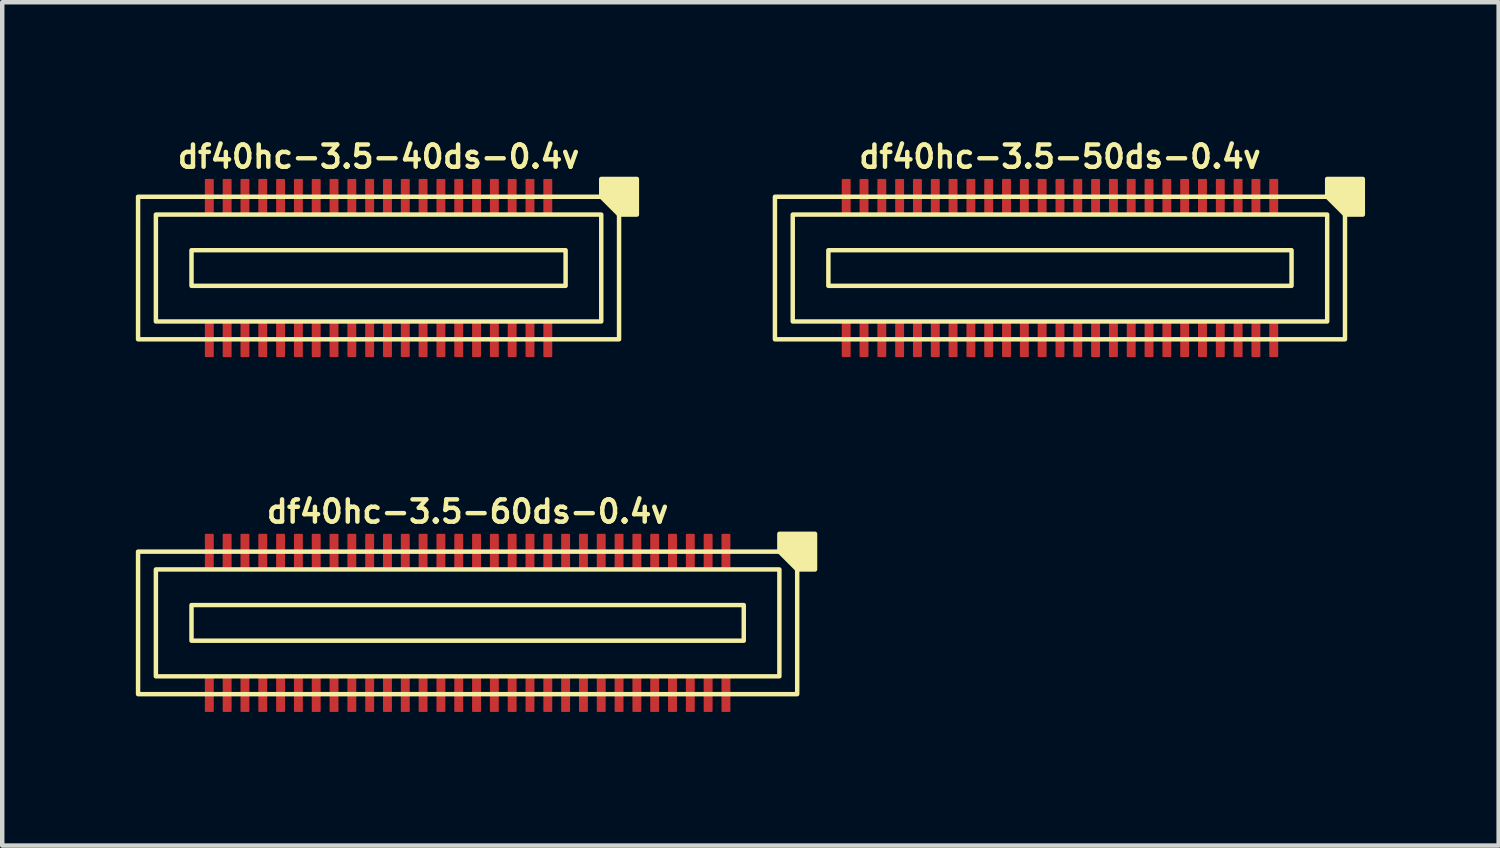
<source format=kicad_pcb>
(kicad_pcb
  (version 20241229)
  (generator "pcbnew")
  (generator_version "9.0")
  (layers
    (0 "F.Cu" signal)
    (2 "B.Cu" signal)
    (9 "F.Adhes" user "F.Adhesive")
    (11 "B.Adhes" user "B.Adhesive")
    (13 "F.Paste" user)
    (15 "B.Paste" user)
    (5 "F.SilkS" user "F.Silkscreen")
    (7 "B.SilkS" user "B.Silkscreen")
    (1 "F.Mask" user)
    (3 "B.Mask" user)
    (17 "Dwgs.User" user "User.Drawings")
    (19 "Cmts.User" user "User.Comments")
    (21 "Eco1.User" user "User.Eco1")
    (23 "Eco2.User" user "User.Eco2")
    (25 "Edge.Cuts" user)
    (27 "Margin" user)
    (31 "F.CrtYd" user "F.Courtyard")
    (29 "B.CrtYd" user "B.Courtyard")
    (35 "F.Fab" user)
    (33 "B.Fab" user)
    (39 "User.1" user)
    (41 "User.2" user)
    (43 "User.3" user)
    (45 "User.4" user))
  (footprint "df40hc-3.5-40ds-0.4v"
    (layer "F.Cu")
    (at 5.45 2.968)
    (property "Reference" "df40hc-3.5-40ds-0.4v" (at 0 -2.5 180) (layer "F.SilkS") (effects (font (size 0.5 0.5) (thickness 0.1))))
    (attr smd)
    (fp_rect (start -4.2 -0.4) (end 4.2 0.4) (stroke (width 0.1) (type default)) (fill no) (layer "F.SilkS"))
    (fp_rect (start 5 -1.2) (end -5 1.2) (stroke (width 0.1) (type default)) (fill no) (layer "F.SilkS"))
    (fp_rect (start 5.4 -1.6) (end -5.4 1.6) (stroke (width 0.1) (type default)) (fill no) (layer "F.SilkS"))
    (fp_poly (pts (xy 5 -1.6) (xy 5 -2) (xy 5.8 -2) (xy 5.8 -1.2) (xy 5.4 -1.2)) (stroke (width 0.1) (type solid)) (fill yes) (layer "F.SilkS"))
    (fp_poly (pts (xy -3.9 -1.2) (xy 3.9 -1.2) (xy 3.9 -0.7) (xy -3.9 -0.7)) (stroke (width 0.001) (type solid)) (fill no) (layer "Dwgs.User"))
    (fp_poly (pts (xy -3.9 0.7) (xy 3.9 0.7) (xy 3.9 1.2) (xy -3.9 1.2)) (stroke (width 0.001) (type solid)) (fill no) (layer "Dwgs.User"))
    (pad "1" smd roundrect (at 3.8 -1.6) (size 0.2 0.8) (layers "F.Cu" "F.Mask" "F.Paste") (roundrect_rratio 0.1))
    (pad "2" smd roundrect (at 3.8 1.6) (size 0.2 0.8) (layers "F.Cu" "F.Mask" "F.Paste") (roundrect_rratio 0.1))
    (pad "3" smd roundrect (at 3.4 -1.6) (size 0.2 0.8) (layers "F.Cu" "F.Mask" "F.Paste") (roundrect_rratio 0.1))
    (pad "4" smd roundrect (at 3.4 1.6) (size 0.2 0.8) (layers "F.Cu" "F.Mask" "F.Paste") (roundrect_rratio 0.1))
    (pad "5" smd roundrect (at 3 -1.6) (size 0.2 0.8) (layers "F.Cu" "F.Mask" "F.Paste") (roundrect_rratio 0.1))
    (pad "6" smd roundrect (at 3 1.6) (size 0.2 0.8) (layers "F.Cu" "F.Mask" "F.Paste") (roundrect_rratio 0.1))
    (pad "7" smd roundrect (at 2.6 -1.6) (size 0.2 0.8) (layers "F.Cu" "F.Mask" "F.Paste") (roundrect_rratio 0.1))
    (pad "8" smd roundrect (at 2.6 1.6) (size 0.2 0.8) (layers "F.Cu" "F.Mask" "F.Paste") (roundrect_rratio 0.1))
    (pad "9" smd roundrect (at 2.2 -1.6) (size 0.2 0.8) (layers "F.Cu" "F.Mask" "F.Paste") (roundrect_rratio 0.1))
    (pad "10" smd roundrect (at 2.2 1.6) (size 0.2 0.8) (layers "F.Cu" "F.Mask" "F.Paste") (roundrect_rratio 0.1))
    (pad "11" smd roundrect (at 1.8 -1.6) (size 0.2 0.8) (layers "F.Cu" "F.Mask" "F.Paste") (roundrect_rratio 0.1))
    (pad "12" smd roundrect (at 1.8 1.6) (size 0.2 0.8) (layers "F.Cu" "F.Mask" "F.Paste") (roundrect_rratio 0.1))
    (pad "13" smd roundrect (at 1.4 -1.6) (size 0.2 0.8) (layers "F.Cu" "F.Mask" "F.Paste") (roundrect_rratio 0.1))
    (pad "14" smd roundrect (at 1.4 1.6) (size 0.2 0.8) (layers "F.Cu" "F.Mask" "F.Paste") (roundrect_rratio 0.1))
    (pad "15" smd roundrect (at 1 -1.6) (size 0.2 0.8) (layers "F.Cu" "F.Mask" "F.Paste") (roundrect_rratio 0.1))
    (pad "16" smd roundrect (at 1 1.6) (size 0.2 0.8) (layers "F.Cu" "F.Mask" "F.Paste") (roundrect_rratio 0.1))
    (pad "17" smd roundrect (at 0.6 -1.6) (size 0.2 0.8) (layers "F.Cu" "F.Mask" "F.Paste") (roundrect_rratio 0.1))
    (pad "18" smd roundrect (at 0.6 1.6) (size 0.2 0.8) (layers "F.Cu" "F.Mask" "F.Paste") (roundrect_rratio 0.1))
    (pad "19" smd roundrect (at 0.2 -1.6) (size 0.2 0.8) (layers "F.Cu" "F.Mask" "F.Paste") (roundrect_rratio 0.1))
    (pad "20" smd roundrect (at 0.2 1.6) (size 0.2 0.8) (layers "F.Cu" "F.Mask" "F.Paste") (roundrect_rratio 0.1))
    (pad "21" smd roundrect (at -0.2 -1.6) (size 0.2 0.8) (layers "F.Cu" "F.Mask" "F.Paste") (roundrect_rratio 0.1))
    (pad "22" smd roundrect (at -0.2 1.6) (size 0.2 0.8) (layers "F.Cu" "F.Mask" "F.Paste") (roundrect_rratio 0.1))
    (pad "23" smd roundrect (at -0.6 -1.6) (size 0.2 0.8) (layers "F.Cu" "F.Mask" "F.Paste") (roundrect_rratio 0.1))
    (pad "24" smd roundrect (at -0.6 1.6) (size 0.2 0.8) (layers "F.Cu" "F.Mask" "F.Paste") (roundrect_rratio 0.1))
    (pad "25" smd roundrect (at -1 -1.6) (size 0.2 0.8) (layers "F.Cu" "F.Mask" "F.Paste") (roundrect_rratio 0.1))
    (pad "26" smd roundrect (at -1 1.6) (size 0.2 0.8) (layers "F.Cu" "F.Mask" "F.Paste") (roundrect_rratio 0.1))
    (pad "27" smd roundrect (at -1.4 -1.6) (size 0.2 0.8) (layers "F.Cu" "F.Mask" "F.Paste") (roundrect_rratio 0.1))
    (pad "28" smd roundrect (at -1.4 1.6) (size 0.2 0.8) (layers "F.Cu" "F.Mask" "F.Paste") (roundrect_rratio 0.1))
    (pad "29" smd roundrect (at -1.8 -1.6) (size 0.2 0.8) (layers "F.Cu" "F.Mask" "F.Paste") (roundrect_rratio 0.1))
    (pad "30" smd roundrect (at -1.8 1.6) (size 0.2 0.8) (layers "F.Cu" "F.Mask" "F.Paste") (roundrect_rratio 0.1))
    (pad "31" smd roundrect (at -2.2 -1.6) (size 0.2 0.8) (layers "F.Cu" "F.Mask" "F.Paste") (roundrect_rratio 0.1))
    (pad "32" smd roundrect (at -2.2 1.6) (size 0.2 0.8) (layers "F.Cu" "F.Mask" "F.Paste") (roundrect_rratio 0.1))
    (pad "33" smd roundrect (at -2.6 -1.6) (size 0.2 0.8) (layers "F.Cu" "F.Mask" "F.Paste") (roundrect_rratio 0.1))
    (pad "34" smd roundrect (at -2.6 1.6) (size 0.2 0.8) (layers "F.Cu" "F.Mask" "F.Paste") (roundrect_rratio 0.1))
    (pad "35" smd roundrect (at -3 -1.6) (size 0.2 0.8) (layers "F.Cu" "F.Mask" "F.Paste") (roundrect_rratio 0.1))
    (pad "36" smd roundrect (at -3 1.6) (size 0.2 0.8) (layers "F.Cu" "F.Mask" "F.Paste") (roundrect_rratio 0.1))
    (pad "37" smd roundrect (at -3.4 -1.6) (size 0.2 0.8) (layers "F.Cu" "F.Mask" "F.Paste") (roundrect_rratio 0.1))
    (pad "38" smd roundrect (at -3.4 1.6) (size 0.2 0.8) (layers "F.Cu" "F.Mask" "F.Paste") (roundrect_rratio 0.1))
    (pad "39" smd roundrect (at -3.8 -1.6) (size 0.2 0.8) (layers "F.Cu" "F.Mask" "F.Paste") (roundrect_rratio 0.1))
    (pad "40" smd roundrect (at -3.8 1.6) (size 0.2 0.8) (layers "F.Cu" "F.Mask" "F.Paste") (roundrect_rratio 0.1)))
  (footprint "df40hc-3.5-60ds-0.4v"
    (layer "F.Cu")
    (at 7.45 10.936)
    (property "Reference" "df40hc-3.5-60ds-0.4v" (at 0 -2.5 180) (layer "F.SilkS") (effects (font (size 0.5 0.5) (thickness 0.1))))
    (attr smd)
    (fp_rect (start -6.2 -0.4) (end 6.2 0.4) (stroke (width 0.1) (type default)) (fill no) (layer "F.SilkS"))
    (fp_rect (start 7 -1.2) (end -7 1.2) (stroke (width 0.1) (type default)) (fill no) (layer "F.SilkS"))
    (fp_rect (start 7.4 -1.6) (end -7.4 1.6) (stroke (width 0.1) (type default)) (fill no) (layer "F.SilkS"))
    (fp_poly (pts (xy 7 -1.6) (xy 7 -2) (xy 7.8 -2) (xy 7.8 -1.2) (xy 7.4 -1.2)) (stroke (width 0.1) (type solid)) (fill yes) (layer "F.SilkS"))
    (fp_poly (pts (xy -5.9 -1.2) (xy 5.9 -1.2) (xy 5.9 -0.7) (xy -5.9 -0.7)) (stroke (width 0.001) (type solid)) (fill no) (layer "Dwgs.User"))
    (fp_poly (pts (xy -5.9 0.7) (xy 5.9 0.7) (xy 5.9 1.2) (xy -5.9 1.2)) (stroke (width 0.001) (type solid)) (fill no) (layer "Dwgs.User"))
    (pad "1" smd roundrect (at 5.8 -1.6) (size 0.2 0.8) (layers "F.Cu" "F.Mask" "F.Paste") (roundrect_rratio 0.1))
    (pad "2" smd roundrect (at 5.8 1.6) (size 0.2 0.8) (layers "F.Cu" "F.Mask" "F.Paste") (roundrect_rratio 0.1))
    (pad "3" smd roundrect (at 5.4 -1.6) (size 0.2 0.8) (layers "F.Cu" "F.Mask" "F.Paste") (roundrect_rratio 0.1))
    (pad "4" smd roundrect (at 5.4 1.6) (size 0.2 0.8) (layers "F.Cu" "F.Mask" "F.Paste") (roundrect_rratio 0.1))
    (pad "5" smd roundrect (at 5 -1.6) (size 0.2 0.8) (layers "F.Cu" "F.Mask" "F.Paste") (roundrect_rratio 0.1))
    (pad "6" smd roundrect (at 5 1.6) (size 0.2 0.8) (layers "F.Cu" "F.Mask" "F.Paste") (roundrect_rratio 0.1))
    (pad "7" smd roundrect (at 4.6 -1.6) (size 0.2 0.8) (layers "F.Cu" "F.Mask" "F.Paste") (roundrect_rratio 0.1))
    (pad "8" smd roundrect (at 4.6 1.6) (size 0.2 0.8) (layers "F.Cu" "F.Mask" "F.Paste") (roundrect_rratio 0.1))
    (pad "9" smd roundrect (at 4.2 -1.6) (size 0.2 0.8) (layers "F.Cu" "F.Mask" "F.Paste") (roundrect_rratio 0.1))
    (pad "10" smd roundrect (at 4.2 1.6) (size 0.2 0.8) (layers "F.Cu" "F.Mask" "F.Paste") (roundrect_rratio 0.1))
    (pad "11" smd roundrect (at 3.8 -1.6) (size 0.2 0.8) (layers "F.Cu" "F.Mask" "F.Paste") (roundrect_rratio 0.1))
    (pad "12" smd roundrect (at 3.8 1.6) (size 0.2 0.8) (layers "F.Cu" "F.Mask" "F.Paste") (roundrect_rratio 0.1))
    (pad "13" smd roundrect (at 3.4 -1.6) (size 0.2 0.8) (layers "F.Cu" "F.Mask" "F.Paste") (roundrect_rratio 0.1))
    (pad "14" smd roundrect (at 3.4 1.6) (size 0.2 0.8) (layers "F.Cu" "F.Mask" "F.Paste") (roundrect_rratio 0.1))
    (pad "15" smd roundrect (at 3 -1.6) (size 0.2 0.8) (layers "F.Cu" "F.Mask" "F.Paste") (roundrect_rratio 0.1))
    (pad "16" smd roundrect (at 3 1.6) (size 0.2 0.8) (layers "F.Cu" "F.Mask" "F.Paste") (roundrect_rratio 0.1))
    (pad "17" smd roundrect (at 2.6 -1.6) (size 0.2 0.8) (layers "F.Cu" "F.Mask" "F.Paste") (roundrect_rratio 0.1))
    (pad "18" smd roundrect (at 2.6 1.6) (size 0.2 0.8) (layers "F.Cu" "F.Mask" "F.Paste") (roundrect_rratio 0.1))
    (pad "19" smd roundrect (at 2.2 -1.6) (size 0.2 0.8) (layers "F.Cu" "F.Mask" "F.Paste") (roundrect_rratio 0.1))
    (pad "20" smd roundrect (at 2.2 1.6) (size 0.2 0.8) (layers "F.Cu" "F.Mask" "F.Paste") (roundrect_rratio 0.1))
    (pad "21" smd roundrect (at 1.8 -1.6) (size 0.2 0.8) (layers "F.Cu" "F.Mask" "F.Paste") (roundrect_rratio 0.1))
    (pad "22" smd roundrect (at 1.8 1.6) (size 0.2 0.8) (layers "F.Cu" "F.Mask" "F.Paste") (roundrect_rratio 0.1))
    (pad "23" smd roundrect (at 1.4 -1.6) (size 0.2 0.8) (layers "F.Cu" "F.Mask" "F.Paste") (roundrect_rratio 0.1))
    (pad "24" smd roundrect (at 1.4 1.6) (size 0.2 0.8) (layers "F.Cu" "F.Mask" "F.Paste") (roundrect_rratio 0.1))
    (pad "25" smd roundrect (at 1 -1.6) (size 0.2 0.8) (layers "F.Cu" "F.Mask" "F.Paste") (roundrect_rratio 0.1))
    (pad "26" smd roundrect (at 1 1.6) (size 0.2 0.8) (layers "F.Cu" "F.Mask" "F.Paste") (roundrect_rratio 0.1))
    (pad "27" smd roundrect (at 0.6 -1.6) (size 0.2 0.8) (layers "F.Cu" "F.Mask" "F.Paste") (roundrect_rratio 0.1))
    (pad "28" smd roundrect (at 0.6 1.6) (size 0.2 0.8) (layers "F.Cu" "F.Mask" "F.Paste") (roundrect_rratio 0.1))
    (pad "29" smd roundrect (at 0.2 -1.6) (size 0.2 0.8) (layers "F.Cu" "F.Mask" "F.Paste") (roundrect_rratio 0.1))
    (pad "30" smd roundrect (at 0.2 1.6) (size 0.2 0.8) (layers "F.Cu" "F.Mask" "F.Paste") (roundrect_rratio 0.1))
    (pad "31" smd roundrect (at -0.2 -1.6) (size 0.2 0.8) (layers "F.Cu" "F.Mask" "F.Paste") (roundrect_rratio 0.1))
    (pad "32" smd roundrect (at -0.2 1.6) (size 0.2 0.8) (layers "F.Cu" "F.Mask" "F.Paste") (roundrect_rratio 0.1))
    (pad "33" smd roundrect (at -0.6 -1.6) (size 0.2 0.8) (layers "F.Cu" "F.Mask" "F.Paste") (roundrect_rratio 0.1))
    (pad "34" smd roundrect (at -0.6 1.6) (size 0.2 0.8) (layers "F.Cu" "F.Mask" "F.Paste") (roundrect_rratio 0.1))
    (pad "35" smd roundrect (at -1 -1.6) (size 0.2 0.8) (layers "F.Cu" "F.Mask" "F.Paste") (roundrect_rratio 0.1))
    (pad "36" smd roundrect (at -1 1.6) (size 0.2 0.8) (layers "F.Cu" "F.Mask" "F.Paste") (roundrect_rratio 0.1))
    (pad "37" smd roundrect (at -1.4 -1.6) (size 0.2 0.8) (layers "F.Cu" "F.Mask" "F.Paste") (roundrect_rratio 0.1))
    (pad "38" smd roundrect (at -1.4 1.6) (size 0.2 0.8) (layers "F.Cu" "F.Mask" "F.Paste") (roundrect_rratio 0.1))
    (pad "39" smd roundrect (at -1.8 -1.6) (size 0.2 0.8) (layers "F.Cu" "F.Mask" "F.Paste") (roundrect_rratio 0.1))
    (pad "40" smd roundrect (at -1.8 1.6) (size 0.2 0.8) (layers "F.Cu" "F.Mask" "F.Paste") (roundrect_rratio 0.1))
    (pad "41" smd roundrect (at -2.2 -1.6) (size 0.2 0.8) (layers "F.Cu" "F.Mask" "F.Paste") (roundrect_rratio 0.1))
    (pad "42" smd roundrect (at -2.2 1.6) (size 0.2 0.8) (layers "F.Cu" "F.Mask" "F.Paste") (roundrect_rratio 0.1))
    (pad "43" smd roundrect (at -2.6 -1.6) (size 0.2 0.8) (layers "F.Cu" "F.Mask" "F.Paste") (roundrect_rratio 0.1))
    (pad "44" smd roundrect (at -2.6 1.6) (size 0.2 0.8) (layers "F.Cu" "F.Mask" "F.Paste") (roundrect_rratio 0.1))
    (pad "45" smd roundrect (at -3 -1.6) (size 0.2 0.8) (layers "F.Cu" "F.Mask" "F.Paste") (roundrect_rratio 0.1))
    (pad "46" smd roundrect (at -3 1.6) (size 0.2 0.8) (layers "F.Cu" "F.Mask" "F.Paste") (roundrect_rratio 0.1))
    (pad "47" smd roundrect (at -3.4 -1.6) (size 0.2 0.8) (layers "F.Cu" "F.Mask" "F.Paste") (roundrect_rratio 0.1))
    (pad "48" smd roundrect (at -3.4 1.6) (size 0.2 0.8) (layers "F.Cu" "F.Mask" "F.Paste") (roundrect_rratio 0.1))
    (pad "49" smd roundrect (at -3.8 -1.6) (size 0.2 0.8) (layers "F.Cu" "F.Mask" "F.Paste") (roundrect_rratio 0.1))
    (pad "50" smd roundrect (at -3.8 1.6) (size 0.2 0.8) (layers "F.Cu" "F.Mask" "F.Paste") (roundrect_rratio 0.1))
    (pad "51" smd roundrect (at -4.2 -1.6) (size 0.2 0.8) (layers "F.Cu" "F.Mask" "F.Paste") (roundrect_rratio 0.1))
    (pad "52" smd roundrect (at -4.2 1.6) (size 0.2 0.8) (layers "F.Cu" "F.Mask" "F.Paste") (roundrect_rratio 0.1))
    (pad "53" smd roundrect (at -4.6 -1.6) (size 0.2 0.8) (layers "F.Cu" "F.Mask" "F.Paste") (roundrect_rratio 0.1))
    (pad "54" smd roundrect (at -4.6 1.6) (size 0.2 0.8) (layers "F.Cu" "F.Mask" "F.Paste") (roundrect_rratio 0.1))
    (pad "55" smd roundrect (at -5 -1.6) (size 0.2 0.8) (layers "F.Cu" "F.Mask" "F.Paste") (roundrect_rratio 0.1))
    (pad "56" smd roundrect (at -5 1.6) (size 0.2 0.8) (layers "F.Cu" "F.Mask" "F.Paste") (roundrect_rratio 0.1))
    (pad "57" smd roundrect (at -5.4 -1.6) (size 0.2 0.8) (layers "F.Cu" "F.Mask" "F.Paste") (roundrect_rratio 0.1))
    (pad "58" smd roundrect (at -5.4 1.6) (size 0.2 0.8) (layers "F.Cu" "F.Mask" "F.Paste") (roundrect_rratio 0.1))
    (pad "59" smd roundrect (at -5.8 -1.6) (size 0.2 0.8) (layers "F.Cu" "F.Mask" "F.Paste") (roundrect_rratio 0.1))
    (pad "60" smd roundrect (at -5.8 1.6) (size 0.2 0.8) (layers "F.Cu" "F.Mask" "F.Paste") (roundrect_rratio 0.1)))
  (footprint "df40hc-3.5-50ds-0.4v"
    (layer "F.Cu")
    (at 20.75 2.968)
    (property "Reference" "df40hc-3.5-50ds-0.4v" (at 0 -2.5 180) (layer "F.SilkS") (effects (font (size 0.5 0.5) (thickness 0.1))))
    (attr smd)
    (fp_rect (start -5.2 -0.4) (end 5.2 0.4) (stroke (width 0.1) (type default)) (fill no) (layer "F.SilkS"))
    (fp_rect (start 6 -1.2) (end -6 1.2) (stroke (width 0.1) (type default)) (fill no) (layer "F.SilkS"))
    (fp_rect (start 6.4 -1.6) (end -6.4 1.6) (stroke (width 0.1) (type default)) (fill no) (layer "F.SilkS"))
    (fp_poly (pts (xy 6 -1.6) (xy 6 -2) (xy 6.8 -2) (xy 6.8 -1.2) (xy 6.4 -1.2)) (stroke (width 0.1) (type solid)) (fill yes) (layer "F.SilkS"))
    (fp_poly (pts (xy -4.9 -1.2) (xy 4.9 -1.2) (xy 4.9 -0.7) (xy -4.9 -0.7)) (stroke (width 0.001) (type solid)) (fill no) (layer "Dwgs.User"))
    (fp_poly (pts (xy -4.9 0.7) (xy 4.9 0.7) (xy 4.9 1.2) (xy -4.9 1.2)) (stroke (width 0.001) (type solid)) (fill no) (layer "Dwgs.User"))
    (pad "1" smd roundrect (at 4.8 -1.6) (size 0.2 0.8) (layers "F.Cu" "F.Mask" "F.Paste") (roundrect_rratio 0.1))
    (pad "2" smd roundrect (at 4.8 1.6) (size 0.2 0.8) (layers "F.Cu" "F.Mask" "F.Paste") (roundrect_rratio 0.1))
    (pad "3" smd roundrect (at 4.4 -1.6) (size 0.2 0.8) (layers "F.Cu" "F.Mask" "F.Paste") (roundrect_rratio 0.1))
    (pad "4" smd roundrect (at 4.4 1.6) (size 0.2 0.8) (layers "F.Cu" "F.Mask" "F.Paste") (roundrect_rratio 0.1))
    (pad "5" smd roundrect (at 4 -1.6) (size 0.2 0.8) (layers "F.Cu" "F.Mask" "F.Paste") (roundrect_rratio 0.1))
    (pad "6" smd roundrect (at 4 1.6) (size 0.2 0.8) (layers "F.Cu" "F.Mask" "F.Paste") (roundrect_rratio 0.1))
    (pad "7" smd roundrect (at 3.6 -1.6) (size 0.2 0.8) (layers "F.Cu" "F.Mask" "F.Paste") (roundrect_rratio 0.1))
    (pad "8" smd roundrect (at 3.6 1.6) (size 0.2 0.8) (layers "F.Cu" "F.Mask" "F.Paste") (roundrect_rratio 0.1))
    (pad "9" smd roundrect (at 3.2 -1.6) (size 0.2 0.8) (layers "F.Cu" "F.Mask" "F.Paste") (roundrect_rratio 0.1))
    (pad "10" smd roundrect (at 3.2 1.6) (size 0.2 0.8) (layers "F.Cu" "F.Mask" "F.Paste") (roundrect_rratio 0.1))
    (pad "11" smd roundrect (at 2.8 -1.6) (size 0.2 0.8) (layers "F.Cu" "F.Mask" "F.Paste") (roundrect_rratio 0.1))
    (pad "12" smd roundrect (at 2.8 1.6) (size 0.2 0.8) (layers "F.Cu" "F.Mask" "F.Paste") (roundrect_rratio 0.1))
    (pad "13" smd roundrect (at 2.4 -1.6) (size 0.2 0.8) (layers "F.Cu" "F.Mask" "F.Paste") (roundrect_rratio 0.1))
    (pad "14" smd roundrect (at 2.4 1.6) (size 0.2 0.8) (layers "F.Cu" "F.Mask" "F.Paste") (roundrect_rratio 0.1))
    (pad "15" smd roundrect (at 2 -1.6) (size 0.2 0.8) (layers "F.Cu" "F.Mask" "F.Paste") (roundrect_rratio 0.1))
    (pad "16" smd roundrect (at 2 1.6) (size 0.2 0.8) (layers "F.Cu" "F.Mask" "F.Paste") (roundrect_rratio 0.1))
    (pad "17" smd roundrect (at 1.6 -1.6) (size 0.2 0.8) (layers "F.Cu" "F.Mask" "F.Paste") (roundrect_rratio 0.1))
    (pad "18" smd roundrect (at 1.6 1.6) (size 0.2 0.8) (layers "F.Cu" "F.Mask" "F.Paste") (roundrect_rratio 0.1))
    (pad "19" smd roundrect (at 1.2 -1.6) (size 0.2 0.8) (layers "F.Cu" "F.Mask" "F.Paste") (roundrect_rratio 0.1))
    (pad "20" smd roundrect (at 1.2 1.6) (size 0.2 0.8) (layers "F.Cu" "F.Mask" "F.Paste") (roundrect_rratio 0.1))
    (pad "21" smd roundrect (at 0.8 -1.6) (size 0.2 0.8) (layers "F.Cu" "F.Mask" "F.Paste") (roundrect_rratio 0.1))
    (pad "22" smd roundrect (at 0.8 1.6) (size 0.2 0.8) (layers "F.Cu" "F.Mask" "F.Paste") (roundrect_rratio 0.1))
    (pad "23" smd roundrect (at 0.4 -1.6) (size 0.2 0.8) (layers "F.Cu" "F.Mask" "F.Paste") (roundrect_rratio 0.1))
    (pad "24" smd roundrect (at 0.4 1.6) (size 0.2 0.8) (layers "F.Cu" "F.Mask" "F.Paste") (roundrect_rratio 0.1))
    (pad "25" smd roundrect (at 0 -1.6) (size 0.2 0.8) (layers "F.Cu" "F.Mask" "F.Paste") (roundrect_rratio 0.1))
    (pad "26" smd roundrect (at 0 1.6) (size 0.2 0.8) (layers "F.Cu" "F.Mask" "F.Paste") (roundrect_rratio 0.1))
    (pad "27" smd roundrect (at -0.4 -1.6) (size 0.2 0.8) (layers "F.Cu" "F.Mask" "F.Paste") (roundrect_rratio 0.1))
    (pad "28" smd roundrect (at -0.4 1.6) (size 0.2 0.8) (layers "F.Cu" "F.Mask" "F.Paste") (roundrect_rratio 0.1))
    (pad "29" smd roundrect (at -0.8 -1.6) (size 0.2 0.8) (layers "F.Cu" "F.Mask" "F.Paste") (roundrect_rratio 0.1))
    (pad "30" smd roundrect (at -0.8 1.6) (size 0.2 0.8) (layers "F.Cu" "F.Mask" "F.Paste") (roundrect_rratio 0.1))
    (pad "31" smd roundrect (at -1.2 -1.6) (size 0.2 0.8) (layers "F.Cu" "F.Mask" "F.Paste") (roundrect_rratio 0.1))
    (pad "32" smd roundrect (at -1.2 1.6) (size 0.2 0.8) (layers "F.Cu" "F.Mask" "F.Paste") (roundrect_rratio 0.1))
    (pad "33" smd roundrect (at -1.6 -1.6) (size 0.2 0.8) (layers "F.Cu" "F.Mask" "F.Paste") (roundrect_rratio 0.1))
    (pad "34" smd roundrect (at -1.6 1.6) (size 0.2 0.8) (layers "F.Cu" "F.Mask" "F.Paste") (roundrect_rratio 0.1))
    (pad "35" smd roundrect (at -2 -1.6) (size 0.2 0.8) (layers "F.Cu" "F.Mask" "F.Paste") (roundrect_rratio 0.1))
    (pad "36" smd roundrect (at -2 1.6) (size 0.2 0.8) (layers "F.Cu" "F.Mask" "F.Paste") (roundrect_rratio 0.1))
    (pad "37" smd roundrect (at -2.4 -1.6) (size 0.2 0.8) (layers "F.Cu" "F.Mask" "F.Paste") (roundrect_rratio 0.1))
    (pad "38" smd roundrect (at -2.4 1.6) (size 0.2 0.8) (layers "F.Cu" "F.Mask" "F.Paste") (roundrect_rratio 0.1))
    (pad "39" smd roundrect (at -2.8 -1.6) (size 0.2 0.8) (layers "F.Cu" "F.Mask" "F.Paste") (roundrect_rratio 0.1))
    (pad "40" smd roundrect (at -2.8 1.6) (size 0.2 0.8) (layers "F.Cu" "F.Mask" "F.Paste") (roundrect_rratio 0.1))
    (pad "41" smd roundrect (at -3.2 -1.6) (size 0.2 0.8) (layers "F.Cu" "F.Mask" "F.Paste") (roundrect_rratio 0.1))
    (pad "42" smd roundrect (at -3.2 1.6) (size 0.2 0.8) (layers "F.Cu" "F.Mask" "F.Paste") (roundrect_rratio 0.1))
    (pad "43" smd roundrect (at -3.6 -1.6) (size 0.2 0.8) (layers "F.Cu" "F.Mask" "F.Paste") (roundrect_rratio 0.1))
    (pad "44" smd roundrect (at -3.6 1.6) (size 0.2 0.8) (layers "F.Cu" "F.Mask" "F.Paste") (roundrect_rratio 0.1))
    (pad "45" smd roundrect (at -4 -1.6) (size 0.2 0.8) (layers "F.Cu" "F.Mask" "F.Paste") (roundrect_rratio 0.1))
    (pad "46" smd roundrect (at -4 1.6) (size 0.2 0.8) (layers "F.Cu" "F.Mask" "F.Paste") (roundrect_rratio 0.1))
    (pad "47" smd roundrect (at -4.4 -1.6) (size 0.2 0.8) (layers "F.Cu" "F.Mask" "F.Paste") (roundrect_rratio 0.1))
    (pad "48" smd roundrect (at -4.4 1.6) (size 0.2 0.8) (layers "F.Cu" "F.Mask" "F.Paste") (roundrect_rratio 0.1))
    (pad "49" smd roundrect (at -4.8 -1.6) (size 0.2 0.8) (layers "F.Cu" "F.Mask" "F.Paste") (roundrect_rratio 0.1))
    (pad "50" smd roundrect (at -4.8 1.6) (size 0.2 0.8) (layers "F.Cu" "F.Mask" "F.Paste") (roundrect_rratio 0.1)))
  (gr_rect
    (start -3 -3)
    (end 30.6 15.936)
    (stroke (width 0.1) (type default))
    (fill no)
    (layer "Edge.Cuts")))
</source>
